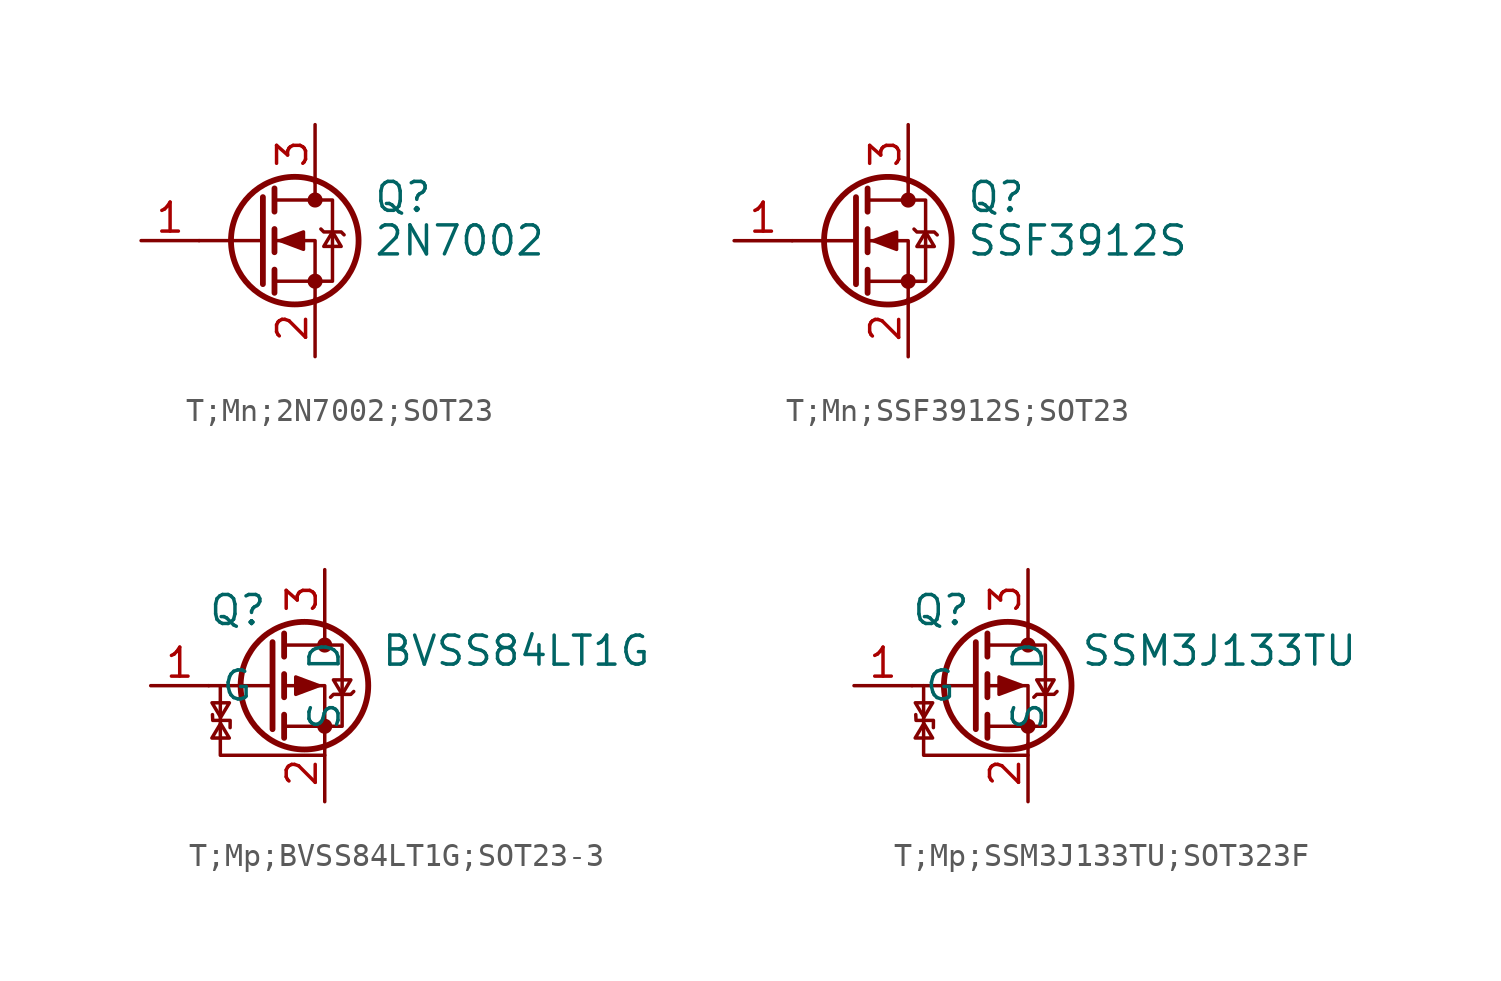
<source format=kicad_sym>
(kicad_symbol_lib
  (version 20231120)
  (generator "kicad_symbol_editor")
  (generator_version "8.0")
  (symbol "T;Mn;2N7002;SOT23"
    (pin_names hide)
    (property "Reference" "Q"
      (at 5.08 1.905 0)
      (effects (font (size 1.27 1.27)) (justify left)))
    (property "Value" "2N7002"
      (at 5.08 0 0)
      (effects (font (size 1.27 1.27)) (justify left)))
    (symbol "T;Mn;2N7002;SOT23_0_1"
      (polyline (pts (xy 0.254 0) (xy -2.54 0)) (stroke (width 0) (type default)) (fill (type none)))
      (polyline (pts (xy 0.254 1.905) (xy 0.254 -1.905)) (stroke (width 0.254) (type default)) (fill (type none)))
      (polyline (pts (xy 0.762 -1.27) (xy 0.762 -2.286)) (stroke (width 0.254) (type default)) (fill (type none)))
      (polyline (pts (xy 0.762 0.508) (xy 0.762 -0.508)) (stroke (width 0.254) (type default)) (fill (type none)))
      (polyline (pts (xy 0.762 2.286) (xy 0.762 1.27)) (stroke (width 0.254) (type default)) (fill (type none)))
      (polyline (pts (xy 2.54 2.54) (xy 2.54 1.778)) (stroke (width 0) (type default)) (fill (type none)))
      (polyline (pts (xy 2.54 -2.54) (xy 2.54 0) (xy 0.762 0)) (stroke (width 0) (type default)) (fill (type none)))
      (polyline (pts (xy 0.762 -1.778) (xy 3.302 -1.778) (xy 3.302 1.778) (xy 0.762 1.778)) (stroke (width 0) (type default)) (fill (type none)))
      (polyline (pts (xy 1.016 0) (xy 2.032 0.381) (xy 2.032 -0.381) (xy 1.016 0)) (stroke (width 0) (type default)) (fill (type outline)))
      (polyline (pts (xy 2.794 0.508) (xy 2.921 0.381) (xy 3.683 0.381) (xy 3.81 0.254)) (stroke (width 0) (type default)) (fill (type none)))
      (polyline (pts (xy 3.302 0.381) (xy 2.921 -0.254) (xy 3.683 -0.254) (xy 3.302 0.381)) (stroke (width 0) (type default)) (fill (type none)))
      (circle (center 1.651 0) (radius 2.794) (stroke (width 0.254) (type default)) (fill (type none)))
      (circle (center 2.54 -1.778) (radius 0.254) (stroke (width 0) (type default)) (fill (type outline)))
      (circle (center 2.54 1.778) (radius 0.254) (stroke (width 0) (type default)) (fill (type outline))))
    (symbol "T;Mn;2N7002;SOT23_1_1"
      (pin input line (at -5.08 0 0) (length 2.54) (name "G" (effects (font (size 1.27 1.27)))) (number "1" (effects (font (size 1.27 1.27)))))
      (pin passive line (at 2.54 -5.08 90) (length 2.54) (name "S" (effects (font (size 1.27 1.27)))) (number "2" (effects (font (size 1.27 1.27)))))
      (pin passive line (at 2.54 5.08 270) (length 2.54) (name "D" (effects (font (size 1.27 1.27)))) (number "3" (effects (font (size 1.27 1.27)))))))
  (symbol "T;Mn;SSF3912S;SOT23"
    (pin_names hide)
    (property "Reference" "Q"
      (at 5.08 1.905 0)
      (effects (font (size 1.27 1.27)) (justify left)))
    (property "Value" "SSF3912S"
      (at 5.08 0 0)
      (effects (font (size 1.27 1.27)) (justify left)))
    (symbol "T;Mn;SSF3912S;SOT23_0_1"
      (polyline (pts (xy 0.254 0) (xy -2.54 0)) (stroke (width 0) (type default)) (fill (type none)))
      (polyline (pts (xy 0.254 1.905) (xy 0.254 -1.905)) (stroke (width 0.254) (type default)) (fill (type none)))
      (polyline (pts (xy 0.762 -1.27) (xy 0.762 -2.286)) (stroke (width 0.254) (type default)) (fill (type none)))
      (polyline (pts (xy 0.762 0.508) (xy 0.762 -0.508)) (stroke (width 0.254) (type default)) (fill (type none)))
      (polyline (pts (xy 0.762 2.286) (xy 0.762 1.27)) (stroke (width 0.254) (type default)) (fill (type none)))
      (polyline (pts (xy 2.54 2.54) (xy 2.54 1.778)) (stroke (width 0) (type default)) (fill (type none)))
      (polyline (pts (xy 2.54 -2.54) (xy 2.54 0) (xy 0.762 0)) (stroke (width 0) (type default)) (fill (type none)))
      (polyline (pts (xy 0.762 -1.778) (xy 3.302 -1.778) (xy 3.302 1.778) (xy 0.762 1.778)) (stroke (width 0) (type default)) (fill (type none)))
      (polyline (pts (xy 1.016 0) (xy 2.032 0.381) (xy 2.032 -0.381) (xy 1.016 0)) (stroke (width 0) (type default)) (fill (type outline)))
      (polyline (pts (xy 2.794 0.508) (xy 2.921 0.381) (xy 3.683 0.381) (xy 3.81 0.254)) (stroke (width 0) (type default)) (fill (type none)))
      (polyline (pts (xy 3.302 0.381) (xy 2.921 -0.254) (xy 3.683 -0.254) (xy 3.302 0.381)) (stroke (width 0) (type default)) (fill (type none)))
      (circle (center 1.651 0) (radius 2.794) (stroke (width 0.254) (type default)) (fill (type none)))
      (circle (center 2.54 -1.778) (radius 0.254) (stroke (width 0) (type default)) (fill (type outline)))
      (circle (center 2.54 1.778) (radius 0.254) (stroke (width 0) (type default)) (fill (type outline))))
    (symbol "T;Mn;SSF3912S;SOT23_1_1"
      (pin input line (at -5.08 0 0) (length 2.54) (name "G" (effects (font (size 1.27 1.27)))) (number "1" (effects (font (size 1.27 1.27)))))
      (pin passive line (at 2.54 -5.08 90) (length 2.54) (name "S" (effects (font (size 1.27 1.27)))) (number "2" (effects (font (size 1.27 1.27)))))
      (pin passive line (at 2.54 5.08 270) (length 2.54) (name "D" (effects (font (size 1.27 1.27)))) (number "3" (effects (font (size 1.27 1.27)))))))
  (symbol "T;Mp;BVSS84LT1G;SOT23-3"
    (property "Reference" "Q"
      (at -3.81 3.302 0)
      (effects (font (size 1.27 1.27))))
    (property "Value" "BVSS84LT1G"
      (at 8.382 1.524 0)
      (effects (font (size 1.27 1.27))))
    (symbol "T;Mp;BVSS84LT1G;SOT23-3_0_1"
      (circle (center -0.889 0) (radius 2.794) (stroke (width 0.254) (type default)) (fill (type none)))
      (circle (center 0 -1.778) (radius 0.254) (stroke (width 0) (type default)) (fill (type outline)))
      (polyline (pts (xy -2.286 0) (xy -5.08 0)) (stroke (width 0) (type default)) (fill (type none)))
      (polyline (pts (xy -2.286 1.905) (xy -2.286 -1.905)) (stroke (width 0.254) (type default)) (fill (type none)))
      (polyline (pts (xy -1.778 -1.27) (xy -1.778 -2.286)) (stroke (width 0.254) (type default)) (fill (type none)))
      (polyline (pts (xy -1.778 0.508) (xy -1.778 -0.508)) (stroke (width 0.254) (type default)) (fill (type none)))
      (polyline (pts (xy -1.778 2.286) (xy -1.778 1.27)) (stroke (width 0.254) (type default)) (fill (type none)))
      (polyline (pts (xy 0 2.54) (xy 0 1.778)) (stroke (width 0) (type default)) (fill (type none)))
      (polyline (pts (xy 0 -3.048) (xy -4.572 -3.048) (xy -4.572 0)) (stroke (width 0) (type default)) (fill (type none)))
      (polyline (pts (xy 0 -2.54) (xy 0 0) (xy -1.778 0)) (stroke (width 0) (type default)) (fill (type none)))
      (polyline (pts (xy -4.916 -1.268) (xy -4.904 -1.521) (xy -4.142 -1.521) (xy -4.144 -1.838)) (stroke (width 0) (type default)) (fill (type none)))
      (polyline (pts (xy -4.56 -1.658) (xy -4.179 -2.293) (xy -4.941 -2.293) (xy -4.56 -1.658)) (stroke (width 0) (type default)) (fill (type none)))
      (polyline (pts (xy -4.556 -1.385) (xy -4.936 -0.75) (xy -4.175 -0.75) (xy -4.556 -1.385)) (stroke (width 0) (type default)) (fill (type none)))
      (polyline (pts (xy -1.778 1.778) (xy 0.762 1.778) (xy 0.762 -1.778) (xy -1.778 -1.778)) (stroke (width 0) (type default)) (fill (type none)))
      (polyline (pts (xy -0.254 0) (xy -1.27 0.381) (xy -1.27 -0.381) (xy -0.254 0)) (stroke (width 0) (type default)) (fill (type outline)))
      (polyline (pts (xy 0.254 -0.508) (xy 0.381 -0.381) (xy 1.143 -0.381) (xy 1.27 -0.254)) (stroke (width 0) (type default)) (fill (type none)))
      (polyline (pts (xy 0.762 -0.381) (xy 0.381 0.254) (xy 1.143 0.254) (xy 0.762 -0.381)) (stroke (width 0) (type default)) (fill (type none)))
      (circle (center 0 1.778) (radius 0.254) (stroke (width 0) (type default)) (fill (type outline))))
    (symbol "T;Mp;BVSS84LT1G;SOT23-3_1_1"
      (pin input line (at -7.62 0 0) (length 2.54) (name "G" (effects (font (size 1.27 1.27)))) (number "1" (effects (font (size 1.27 1.27)))))
      (pin passive line (at 0 -5.08 90) (length 2.54) (name "S" (effects (font (size 1.27 1.27)))) (number "2" (effects (font (size 1.27 1.27)))))
      (pin passive line (at 0 5.08 270) (length 2.54) (name "D" (effects (font (size 1.27 1.27)))) (number "3" (effects (font (size 1.27 1.27)))))))
  (symbol "T;Mp;SSM3J133TU;SOT323F"
    (property "Reference" "Q"
      (at -3.81 3.302 0)
      (effects (font (size 1.27 1.27))))
    (property "Value" "SSM3J133TU"
      (at 8.382 1.524 0)
      (effects (font (size 1.27 1.27))))
    (symbol "T;Mp;SSM3J133TU;SOT323F_0_1"
      (circle (center -0.889 0) (radius 2.794) (stroke (width 0.254) (type default)) (fill (type none)))
      (circle (center 0 -1.778) (radius 0.254) (stroke (width 0) (type default)) (fill (type outline)))
      (polyline (pts (xy -2.286 0) (xy -5.08 0)) (stroke (width 0) (type default)) (fill (type none)))
      (polyline (pts (xy -2.286 1.905) (xy -2.286 -1.905)) (stroke (width 0.254) (type default)) (fill (type none)))
      (polyline (pts (xy -1.778 -1.27) (xy -1.778 -2.286)) (stroke (width 0.254) (type default)) (fill (type none)))
      (polyline (pts (xy -1.778 0.508) (xy -1.778 -0.508)) (stroke (width 0.254) (type default)) (fill (type none)))
      (polyline (pts (xy -1.778 2.286) (xy -1.778 1.27)) (stroke (width 0.254) (type default)) (fill (type none)))
      (polyline (pts (xy 0 2.54) (xy 0 1.778)) (stroke (width 0) (type default)) (fill (type none)))
      (polyline (pts (xy 0 -3.048) (xy -4.572 -3.048) (xy -4.572 0)) (stroke (width 0) (type default)) (fill (type none)))
      (polyline (pts (xy 0 -2.54) (xy 0 0) (xy -1.778 0)) (stroke (width 0) (type default)) (fill (type none)))
      (polyline (pts (xy -4.916 -1.268) (xy -4.904 -1.521) (xy -4.142 -1.521) (xy -4.144 -1.838)) (stroke (width 0) (type default)) (fill (type none)))
      (polyline (pts (xy -4.56 -1.658) (xy -4.179 -2.293) (xy -4.941 -2.293) (xy -4.56 -1.658)) (stroke (width 0) (type default)) (fill (type none)))
      (polyline (pts (xy -4.556 -1.385) (xy -4.936 -0.75) (xy -4.175 -0.75) (xy -4.556 -1.385)) (stroke (width 0) (type default)) (fill (type none)))
      (polyline (pts (xy -1.778 1.778) (xy 0.762 1.778) (xy 0.762 -1.778) (xy -1.778 -1.778)) (stroke (width 0) (type default)) (fill (type none)))
      (polyline (pts (xy -0.254 0) (xy -1.27 0.381) (xy -1.27 -0.381) (xy -0.254 0)) (stroke (width 0) (type default)) (fill (type outline)))
      (polyline (pts (xy 0.254 -0.508) (xy 0.381 -0.381) (xy 1.143 -0.381) (xy 1.27 -0.254)) (stroke (width 0) (type default)) (fill (type none)))
      (polyline (pts (xy 0.762 -0.381) (xy 0.381 0.254) (xy 1.143 0.254) (xy 0.762 -0.381)) (stroke (width 0) (type default)) (fill (type none)))
      (circle (center 0 1.778) (radius 0.254) (stroke (width 0) (type default)) (fill (type outline))))
    (symbol "T;Mp;SSM3J133TU;SOT323F_1_1"
      (pin input line (at -7.62 0 0) (length 2.54) (name "G" (effects (font (size 1.27 1.27)))) (number "1" (effects (font (size 1.27 1.27)))))
      (pin passive line (at 0 -5.08 90) (length 2.54) (name "S" (effects (font (size 1.27 1.27)))) (number "2" (effects (font (size 1.27 1.27)))))
      (pin passive line (at 0 5.08 270) (length 2.54) (name "D" (effects (font (size 1.27 1.27)))) (number "3" (effects (font (size 1.27 1.27))))))))
</source>
